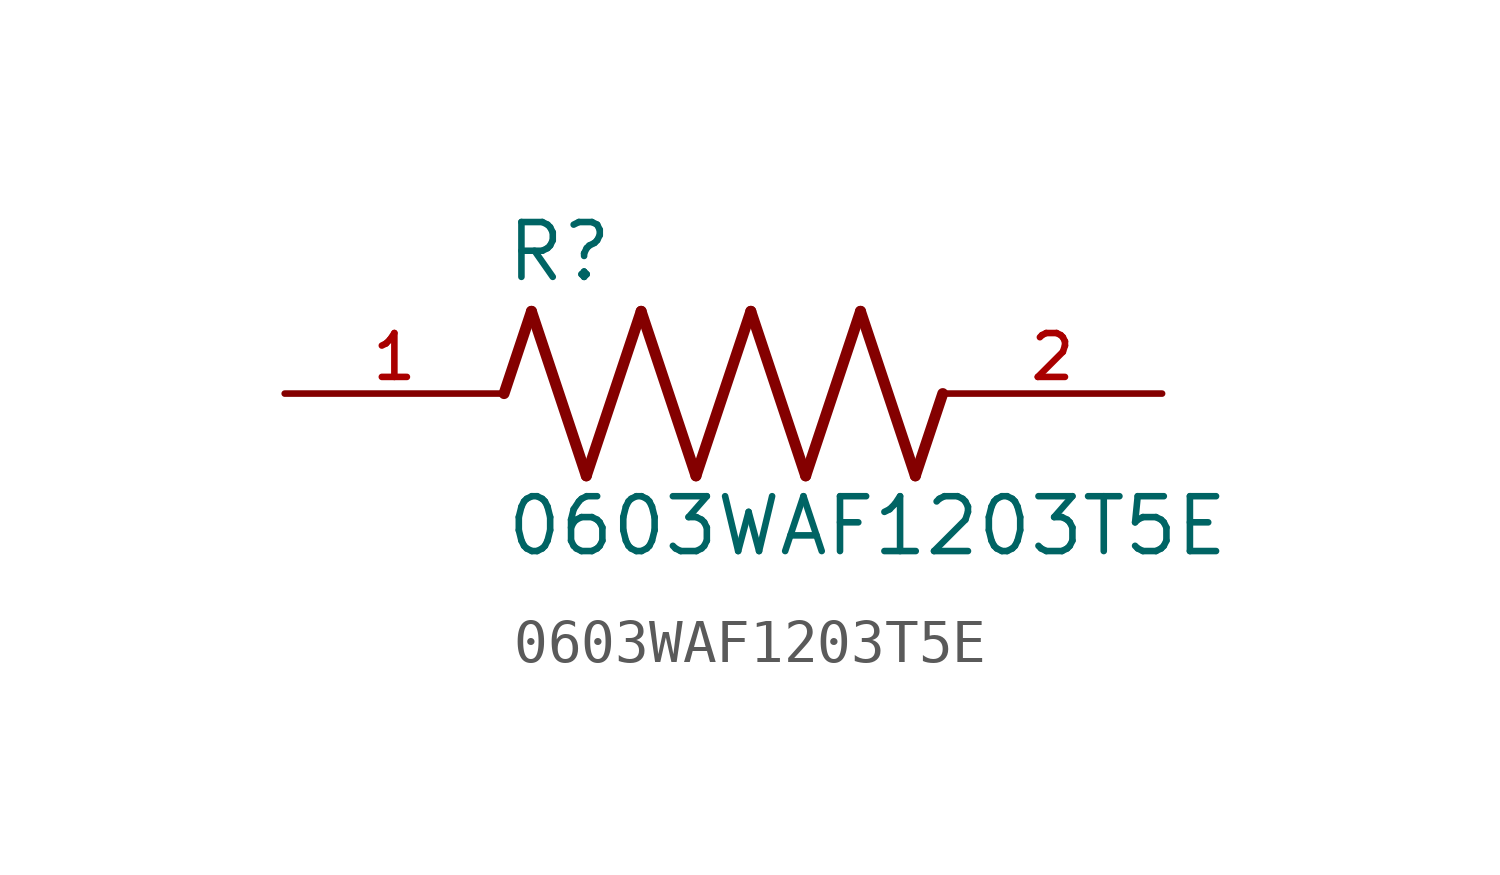
<source format=kicad_sym>
(kicad_symbol_lib
  (version 20211014)
  (generator kicad_symbol_editor)
  (symbol "0603WAF1203T5E"
    (pin_names
      (offset 1.016))
    (property "Reference" "R"
      (at -5.08 2.54 0)
      (effects (font (size 1.27 1.27)) (justify bottom left)))
    (property "Value" "0603WAF1203T5E"
      (at -5.08 -3.81 0)
      (effects (font (size 1.27 1.27)) (justify bottom left)))
    (symbol "0603WAF1203T5E_0_0"
      (polyline (pts (xy -5.08 0.0) (xy -4.445 1.905)) (stroke (width 0.254)))
      (polyline (pts (xy -4.445 1.905) (xy -3.175 -1.905)) (stroke (width 0.254)))
      (polyline (pts (xy -3.175 -1.905) (xy -1.905 1.905)) (stroke (width 0.254)))
      (polyline (pts (xy -1.905 1.905) (xy -0.635 -1.905)) (stroke (width 0.254)))
      (polyline (pts (xy -0.635 -1.905) (xy 0.635 1.905)) (stroke (width 0.254)))
      (polyline (pts (xy 0.635 1.905) (xy 1.905 -1.905)) (stroke (width 0.254)))
      (polyline (pts (xy 1.905 -1.905) (xy 3.175 1.905)) (stroke (width 0.254)))
      (polyline (pts (xy 3.175 1.905) (xy 4.445 -1.905)) (stroke (width 0.254)))
      (polyline (pts (xy 4.445 -1.905) (xy 5.08 0.0)) (stroke (width 0.254)))
      (pin passive line (at -10.16 0.0 0) (length 5.08) (name "~" (effects (font (size 1.016 1.016)))) (number "1" (effects (font (size 1.016 1.016)))))
      (pin passive line (at 10.16 0.0 180.0) (length 5.08) (name "~" (effects (font (size 1.016 1.016)))) (number "2" (effects (font (size 1.016 1.016))))))))
</source>
